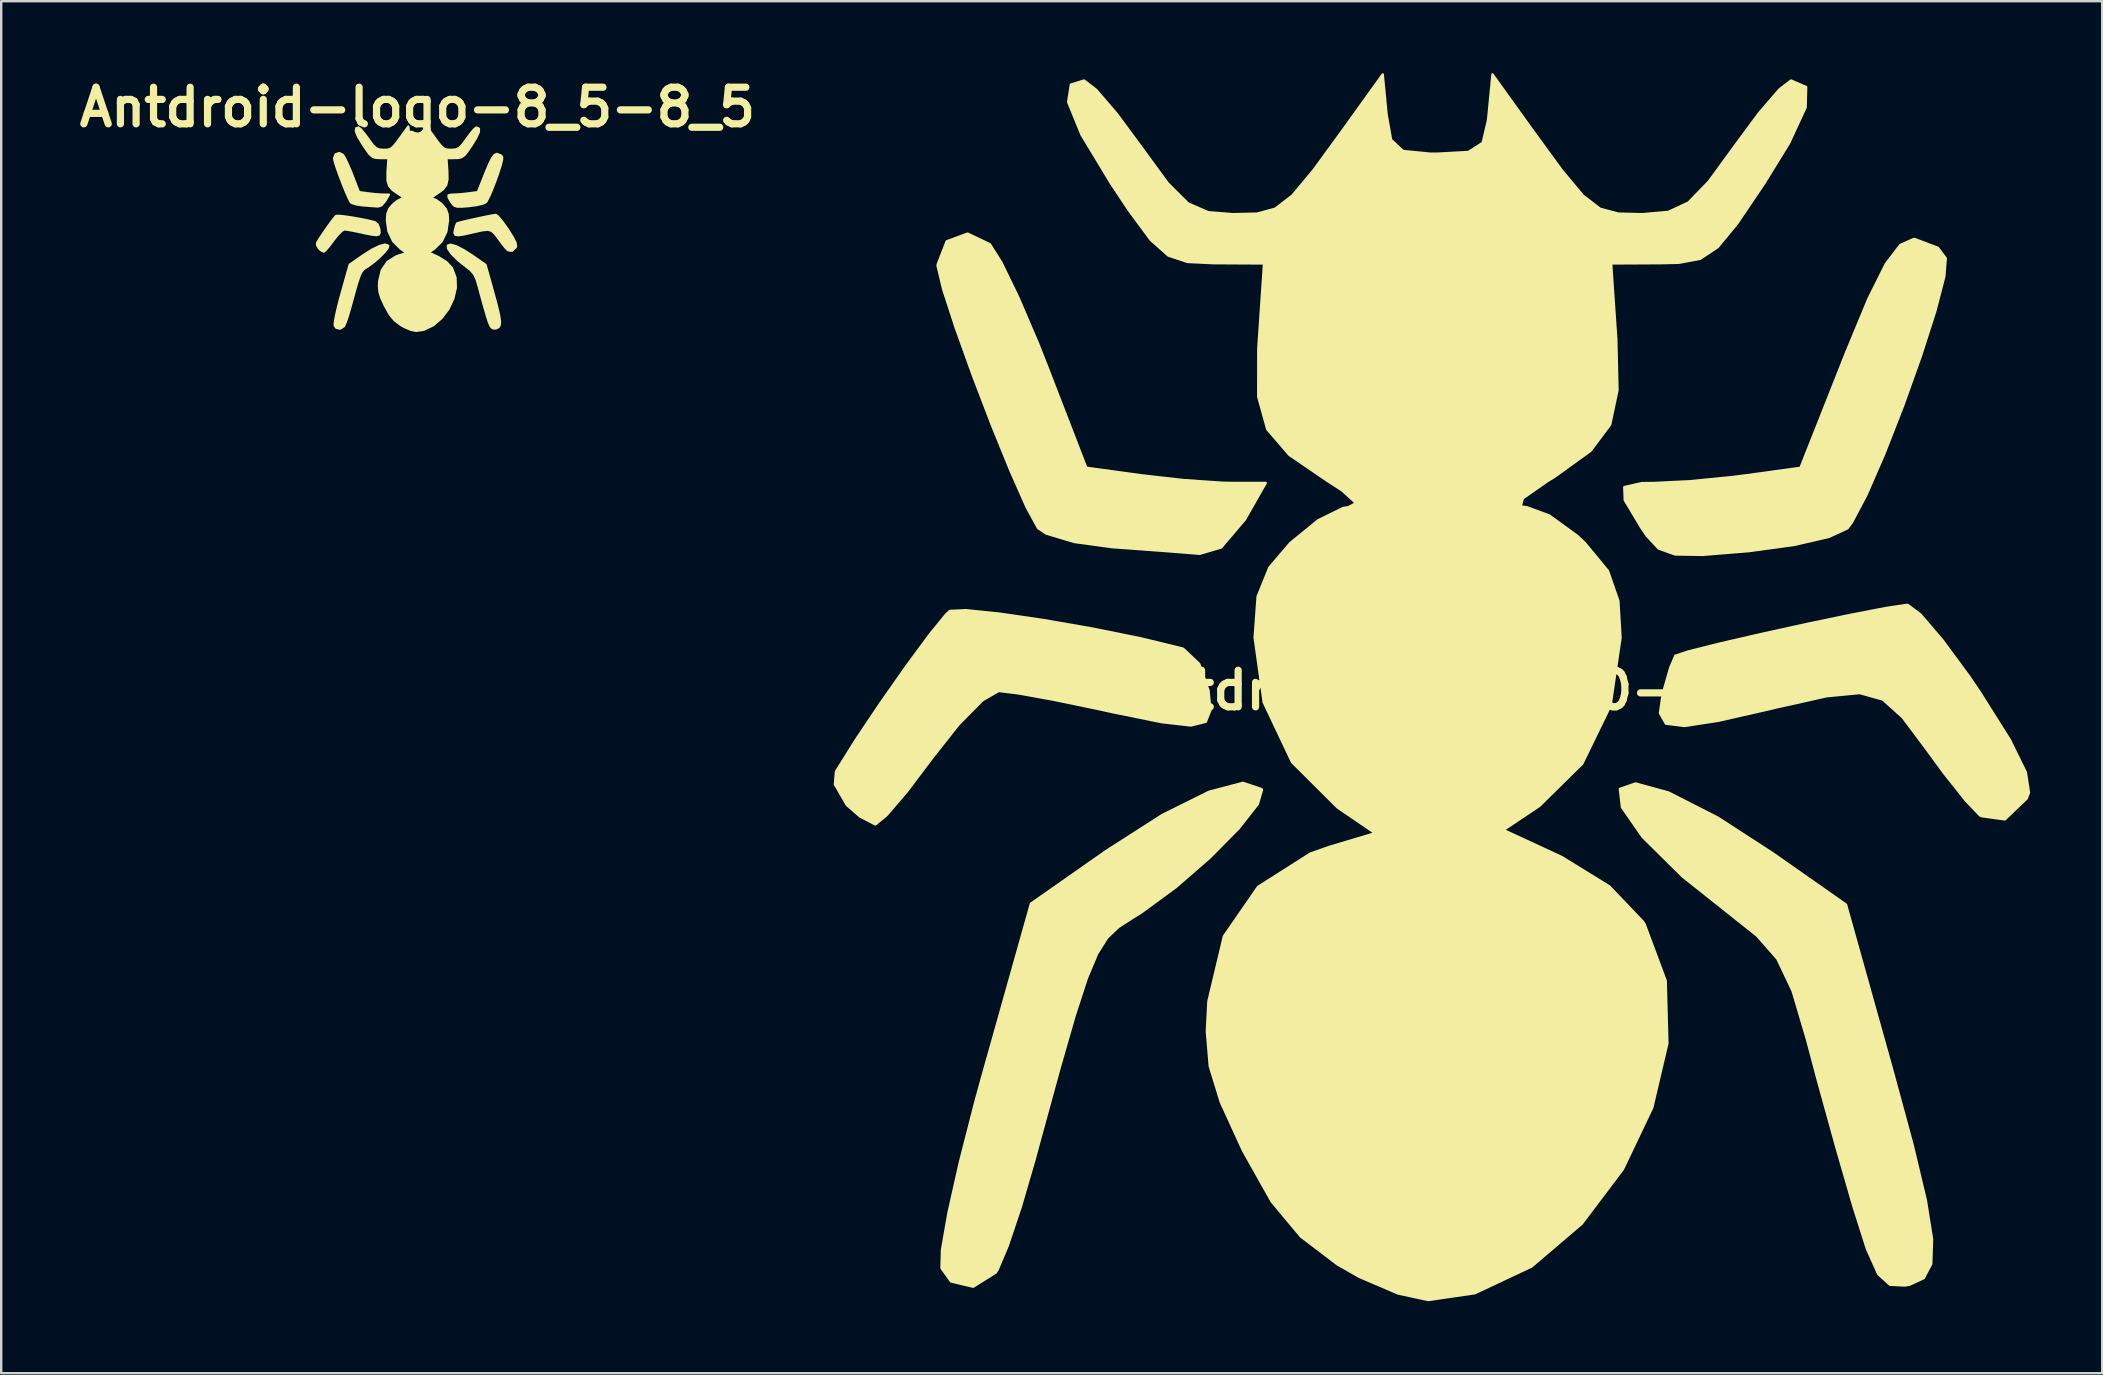
<source format=kicad_pcb>
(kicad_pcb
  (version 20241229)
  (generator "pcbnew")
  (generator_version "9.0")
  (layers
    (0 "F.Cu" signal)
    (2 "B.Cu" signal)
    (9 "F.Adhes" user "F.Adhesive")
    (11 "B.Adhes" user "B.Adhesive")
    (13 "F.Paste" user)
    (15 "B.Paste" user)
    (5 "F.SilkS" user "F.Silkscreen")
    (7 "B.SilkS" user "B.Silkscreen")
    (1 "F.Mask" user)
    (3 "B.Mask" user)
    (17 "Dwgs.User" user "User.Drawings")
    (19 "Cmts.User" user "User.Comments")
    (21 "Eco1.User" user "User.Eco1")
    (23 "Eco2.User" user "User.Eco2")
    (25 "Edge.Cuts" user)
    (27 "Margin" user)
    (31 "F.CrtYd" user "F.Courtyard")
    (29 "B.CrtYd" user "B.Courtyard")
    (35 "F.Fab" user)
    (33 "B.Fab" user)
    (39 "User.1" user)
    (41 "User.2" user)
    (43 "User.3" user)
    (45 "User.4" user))
  (footprint "Antdroid-logo-50-50"
    (layer "F.Cu")
    (at 56.836 25.704)
    (property "Reference" "Antdroid-logo-50-50" (at 0 0 0) (layer "F.SilkS") (effects (font (size 1.524 1.524) (thickness 0.3))))
    (attr through_hole)
    (fp_poly (pts (xy 20.596 22.86) (xy 20.564 23.897) (xy 20.251 24.487) (xy 19.665 24.76) (xy 19.462 24.796) (xy 18.841 24.763) (xy 18.359 24.324) (xy 17.89 23.284) (xy 17.321 21.494) (xy 16.61 19.032) (xy 15.853 16.298) (xy 15.385 14.537) (xy 14.787 12.52) (xy 14.153 11.188) (xy 13.303 10.22) (xy 12.7 9.742) (xy 10.207 7.759) (xy 8.544 6.115) (xy 7.682 4.876) (xy 7.593 4.11) (xy 8.248 3.883) (xy 9.619 4.26) (xy 11.675 5.308) (xy 13.974 6.799) (xy 17.012 8.929) (xy 18.926 15.768) (xy 19.784 18.925) (xy 20.338 21.246) (xy 20.596 22.86)) (stroke (width 0.1) (type solid)) (fill yes) (layer "F.SilkS"))
    (fp_poly (pts (xy -7.159 -8.636) (xy -8.025 -7.115) (xy -9.016 -5.949) (xy -9.906 -5.685) (xy -10.997 -5.773) (xy -12.628 -5.895) (xy -13.548 -5.961) (xy -15.136 -6.178) (xy -16.304 -6.527) (xy -16.643 -6.756) (xy -17.109 -7.605) (xy -17.785 -9.127) (xy -18.572 -11.061) (xy -19.369 -13.143) (xy -20.077 -15.113) (xy -20.596 -16.708) (xy -20.825 -17.666) (xy -20.828 -17.729) (xy -20.45 -18.701) (xy -19.581 -19.023) (xy -18.652 -18.58) (xy -18.171 -17.818) (xy -17.465 -16.362) (xy -16.654 -14.47) (xy -16.303 -13.584) (xy -14.635 -9.269) (xy -12.327 -8.952) (xy -10.555 -8.753) (xy -8.955 -8.644) (xy -8.589 -8.636) (xy -7.159 -8.636)) (stroke (width 0.1) (type solid)) (fill yes) (layer "F.SilkS"))
    (fp_poly (pts (xy -7.316 4.146) (xy -7.489 4.74) (xy -8.277 5.745) (xy -9.48 6.964) (xy -10.898 8.197) (xy -12.332 9.249) (xy -12.727 9.495) (xy -13.297 9.863) (xy -13.763 10.307) (xy -14.182 10.972) (xy -14.614 12.003) (xy -15.117 13.546) (xy -15.751 15.747) (xy -16.574 18.751) (xy -16.793 19.558) (xy -17.365 21.523) (xy -17.908 23.14) (xy -18.326 24.131) (xy -18.407 24.257) (xy -19.346 24.847) (xy -20.268 24.629) (xy -20.666 24.074) (xy -20.645 23.313) (xy -20.376 21.776) (xy -19.899 19.657) (xy -19.258 17.155) (xy -18.96 16.073) (xy -16.94 8.89) (xy -13.81 6.697) (xy -11.459 5.19) (xy -9.521 4.229) (xy -8.109 3.857) (xy -7.334 4.118) (xy -7.316 4.146)) (stroke (width 0.1) (type solid)) (fill yes) (layer "F.SilkS"))
    (fp_poly (pts (xy 21.168 -17.994) (xy 21.108 -17.235) (xy 20.732 -15.792) (xy 20.129 -13.914) (xy 19.39 -11.847) (xy 18.605 -9.84) (xy 17.864 -8.139) (xy 17.257 -6.992) (xy 17.074 -6.746) (xy 16.309 -6.392) (xy 14.842 -6.052) (xy 12.986 -5.799) (xy 12.924 -5.793) (xy 11.042 -5.64) (xy 9.896 -5.657) (xy 9.21 -5.903) (xy 8.709 -6.441) (xy 8.482 -6.776) (xy 7.797 -7.92) (xy 7.778 -8.463) (xy 8.495 -8.627) (xy 9.073 -8.636) (xy 10.508 -8.707) (xy 12.303 -8.884) (xy 12.821 -8.951) (xy 15.116 -9.265) (xy 17.003 -14.031) (xy 17.948 -16.31) (xy 18.675 -17.766) (xy 19.272 -18.546) (xy 19.826 -18.795) (xy 19.874 -18.796) (xy 20.839 -18.432) (xy 21.168 -17.994)) (stroke (width 0.1) (type solid)) (fill yes) (layer "F.SilkS"))
    (fp_poly (pts (xy -9.468 0.838) (xy -9.656 1.312) (xy -10.275 1.467) (xy -11.495 1.328) (xy -13.486 0.923) (xy -14.224 0.762) (xy -16.035 0.387) (xy -17.514 0.122) (xy -18.288 0.029) (xy -18.952 0.413) (xy -19.954 1.425) (xy -21.044 2.805) (xy -22.102 4.209) (xy -22.957 5.209) (xy -23.421 5.588) (xy -24.047 5.267) (xy -24.606 4.785) (xy -25.106 3.919) (xy -25.062 3.388) (xy -24.256 2.096) (xy -23.216 0.545) (xy -22.121 -1.015) (xy -21.148 -2.333) (xy -20.474 -3.16) (xy -20.318 -3.303) (xy -19.652 -3.335) (xy -18.257 -3.193) (xy -16.399 -2.922) (xy -14.342 -2.563) (xy -12.352 -2.16) (xy -10.692 -1.755) (xy -10.596 -1.728) (xy -9.933 -1.101) (xy -9.541 0.017) (xy -9.468 0.838)) (stroke (width 0.1) (type solid)) (fill yes) (layer "F.SilkS"))
    (fp_poly (pts (xy 24.634 4.258) (xy 24.541 4.508) (xy 23.631 5.379) (xy 22.648 5.244) (xy 22.58 5.199) (xy 22.01 4.602) (xy 21.096 3.452) (xy 20.335 2.413) (xy 19.372 1.126) (xy 18.545 0.384) (xy 17.579 0.116) (xy 16.198 0.25) (xy 14.125 0.714) (xy 13.97 0.752) (xy 11.711 1.268) (xy 10.277 1.488) (xy 9.512 1.391) (xy 9.263 0.956) (xy 9.376 0.162) (xy 9.384 0.128) (xy 9.692 -0.94) (xy 9.903 -1.437) (xy 10.448 -1.617) (xy 11.719 -1.937) (xy 13.447 -2.336) (xy 15.361 -2.757) (xy 17.193 -3.139) (xy 18.672 -3.425) (xy 19.529 -3.554) (xy 19.585 -3.556) (xy 20.114 -3.159) (xy 21.021 -2.1) (xy 22.143 -0.576) (xy 22.597 0.093) (xy 23.844 2.075) (xy 24.503 3.417) (xy 24.634 4.258)) (stroke (width 0.1) (type solid)) (fill yes) (layer "F.SilkS"))
    (fp_poly (pts (xy 15.353 -25.129) (xy 15.33 -24.278) (xy 14.64 -22.789) (xy 13.606 -21.113) (xy 12.48 -19.445) (xy 11.667 -18.458) (xy 10.935 -17.972) (xy 10.055 -17.808) (xy 9.329 -17.791) (xy 7.229 -17.78) (xy 7.444 -14.605) (xy 7.493 -12.499) (xy 7.188 -11.064) (xy 6.37 -9.972) (xy 4.879 -8.897) (xy 4.563 -8.702) (xy 3.552 -7.996) (xy 3.459 -7.659) (xy 3.722 -7.622) (xy 4.654 -7.279) (xy 5.822 -6.43) (xy 6.135 -6.135) (xy 7.097 -4.969) (xy 7.53 -3.722) (xy 7.62 -2.19) (xy 7.204 0.637) (xy 6.028 3.057) (xy 4.244 4.815) (xy 2.741 5.821) (xy 5.171 6.947) (xy 7.153 8.17) (xy 8.554 9.639) (xy 8.625 9.751) (xy 9.502 12.101) (xy 9.572 14.709) (xy 8.941 17.388) (xy 7.717 19.954) (xy 6.006 22.222) (xy 3.915 24.004) (xy 1.551 25.117) (xy -0.392 25.4) (xy -1.647 25.129) (xy -3.257 24.439) (xy -4.164 23.922) (xy -5.697 22.756) (xy -6.911 21.3) (xy -8.085 19.213) (xy -8.138 19.107) (xy -9.029 17.16) (xy -9.489 15.666) (xy -9.612 14.211) (xy -9.546 12.955) (xy -8.901 10.248) (xy -7.479 8.19) (xy -5.3 6.804) (xy -4.497 6.521) (xy -2.601 5.954) (xy -4.17 4.882) (xy -6.062 2.997) (xy -7.244 0.502) (xy -7.62 -2.19) (xy -7.497 -3.907) (xy -7.005 -5.116) (xy -6.135 -6.135) (xy -4.977 -7.08) (xy -3.936 -7.592) (xy -3.722 -7.622) (xy -3.396 -7.795) (xy -3.978 -8.326) (xy -4.563 -8.702) (xy -6.178 -9.805) (xy -7.095 -10.872) (xy -7.472 -12.229) (xy -7.469 -14.204) (xy -7.444 -14.605) (xy -7.229 -17.78) (xy -9.329 -17.791) (xy -10.418 -17.843) (xy -11.215 -18.107) (xy -11.951 -18.761) (xy -12.855 -19.984) (xy -13.606 -21.113) (xy -14.837 -23.15) (xy -15.389 -24.503) (xy -15.276 -25.23) (xy -14.724 -25.4) (xy -14.223 -25.013) (xy -13.354 -23.999) (xy -12.341 -22.625) (xy -11.235 -21.115) (xy -10.393 -20.276) (xy -9.55 -19.913) (xy -8.529 -19.831) (xy -7.518 -19.855) (xy -6.762 -20.061) (xy -6.05 -20.609) (xy -5.171 -21.664) (xy -3.928 -23.368) (xy -2.286 -25.654) (xy -2.127 -24.003) (xy -1.939 -22.93) (xy -1.441 -22.464) (xy -0.312 -22.353) (xy 0 -22.352) (xy 1.285 -22.423) (xy 1.878 -22.803) (xy 2.1 -23.741) (xy 2.127 -24.003) (xy 2.286 -25.654) (xy 3.928 -23.368) (xy 5.18 -21.652) (xy 6.057 -20.603) (xy 6.768 -20.058) (xy 7.525 -19.855) (xy 8.529 -19.831) (xy 9.613 -19.927) (xy 10.448 -20.316) (xy 11.299 -21.195) (xy 12.341 -22.625) (xy 13.383 -24.035) (xy 14.243 -25.034) (xy 14.724 -25.4) (xy 15.353 -25.129)) (stroke (width 0.1) (type solid)) (fill yes) (layer "F.SilkS")))
  (footprint "Antdroid-logo-8_5-8_5"
    (layer "F.Cu")
    (at 14.34 6.498)
    (property "Reference" "Antdroid-logo-8_5-8_5" (at 0 -5.08 0) (layer "F.SilkS") (effects (font (size 1.524 1.524) (thickness 0.3))))
    (attr through_hole)
    (fp_poly (pts (xy 3.433 3.81) (xy 3.427 3.983) (xy 3.375 4.081) (xy 3.278 4.127) (xy 3.244 4.133) (xy 3.14 4.127) (xy 3.06 4.054) (xy 2.982 3.881) (xy 2.887 3.582) (xy 2.768 3.172) (xy 2.642 2.716) (xy 2.564 2.423) (xy 2.465 2.087) (xy 2.359 1.865) (xy 2.217 1.703) (xy 2.117 1.624) (xy 1.701 1.293) (xy 1.424 1.019) (xy 1.28 0.813) (xy 1.266 0.685) (xy 1.375 0.647) (xy 1.603 0.71) (xy 1.946 0.885) (xy 2.329 1.133) (xy 2.835 1.488) (xy 3.154 2.628) (xy 3.297 3.154) (xy 3.39 3.541) (xy 3.433 3.81)) (stroke (width 0.1) (type solid)) (fill yes) (layer "F.SilkS"))
    (fp_poly (pts (xy -1.193 -1.439) (xy -1.337 -1.186) (xy -1.503 -0.992) (xy -1.651 -0.948) (xy -1.833 -0.962) (xy -2.105 -0.983) (xy -2.258 -0.994) (xy -2.523 -1.03) (xy -2.717 -1.088) (xy -2.774 -1.126) (xy -2.852 -1.267) (xy -2.964 -1.521) (xy -3.095 -1.843) (xy -3.228 -2.191) (xy -3.346 -2.519) (xy -3.433 -2.785) (xy -3.471 -2.944) (xy -3.471 -2.955) (xy -3.408 -3.117) (xy -3.263 -3.171) (xy -3.109 -3.097) (xy -3.029 -2.97) (xy -2.911 -2.727) (xy -2.776 -2.412) (xy -2.717 -2.264) (xy -2.439 -1.545) (xy -2.054 -1.492) (xy -1.759 -1.459) (xy -1.493 -1.441) (xy -1.431 -1.439) (xy -1.193 -1.439)) (stroke (width 0.1) (type solid)) (fill yes) (layer "F.SilkS"))
    (fp_poly (pts (xy -1.219 0.691) (xy -1.248 0.79) (xy -1.38 0.958) (xy -1.58 1.161) (xy -1.816 1.366) (xy -2.055 1.541) (xy -2.121 1.582) (xy -2.216 1.644) (xy -2.294 1.718) (xy -2.364 1.829) (xy -2.436 2) (xy -2.52 2.258) (xy -2.625 2.625) (xy -2.762 3.125) (xy -2.799 3.26) (xy -2.894 3.587) (xy -2.985 3.857) (xy -3.054 4.022) (xy -3.068 4.043) (xy -3.224 4.141) (xy -3.378 4.105) (xy -3.444 4.012) (xy -3.441 3.886) (xy -3.396 3.629) (xy -3.317 3.276) (xy -3.21 2.859) (xy -3.16 2.679) (xy -2.823 1.482) (xy -2.302 1.116) (xy -1.91 0.865) (xy -1.587 0.705) (xy -1.351 0.643) (xy -1.222 0.686) (xy -1.219 0.691)) (stroke (width 0.1) (type solid)) (fill yes) (layer "F.SilkS"))
    (fp_poly (pts (xy 3.528 -2.999) (xy 3.518 -2.872) (xy 3.455 -2.632) (xy 3.355 -2.319) (xy 3.232 -1.975) (xy 3.101 -1.64) (xy 2.977 -1.356) (xy 2.876 -1.165) (xy 2.846 -1.124) (xy 2.718 -1.065) (xy 2.474 -1.009) (xy 2.164 -0.967) (xy 2.154 -0.966) (xy 1.84 -0.94) (xy 1.649 -0.943) (xy 1.535 -0.984) (xy 1.452 -1.073) (xy 1.414 -1.129) (xy 1.299 -1.32) (xy 1.296 -1.411) (xy 1.416 -1.438) (xy 1.512 -1.439) (xy 1.751 -1.451) (xy 2.05 -1.481) (xy 2.137 -1.492) (xy 2.519 -1.544) (xy 2.834 -2.338) (xy 2.991 -2.718) (xy 3.113 -2.961) (xy 3.212 -3.091) (xy 3.304 -3.132) (xy 3.312 -3.133) (xy 3.473 -3.072) (xy 3.528 -2.999)) (stroke (width 0.1) (type solid)) (fill yes) (layer "F.SilkS"))
    (fp_poly (pts (xy -1.578 0.14) (xy -1.609 0.219) (xy -1.713 0.244) (xy -1.916 0.221) (xy -2.248 0.154) (xy -2.371 0.127) (xy -2.673 0.064) (xy -2.919 0.02) (xy -3.048 0.005) (xy -3.159 0.069) (xy -3.326 0.238) (xy -3.507 0.467) (xy -3.684 0.701) (xy -3.826 0.868) (xy -3.903 0.931) (xy -4.008 0.878) (xy -4.101 0.798) (xy -4.184 0.653) (xy -4.177 0.565) (xy -4.043 0.349) (xy -3.869 0.091) (xy -3.687 -0.169) (xy -3.525 -0.389) (xy -3.412 -0.527) (xy -3.386 -0.551) (xy -3.275 -0.556) (xy -3.043 -0.532) (xy -2.733 -0.487) (xy -2.39 -0.427) (xy -2.059 -0.36) (xy -1.782 -0.292) (xy -1.766 -0.288) (xy -1.655 -0.184) (xy -1.59 0.003) (xy -1.578 0.14)) (stroke (width 0.1) (type solid)) (fill yes) (layer "F.SilkS"))
    (fp_poly (pts (xy 4.106 0.71) (xy 4.09 0.751) (xy 3.938 0.897) (xy 3.775 0.874) (xy 3.763 0.866) (xy 3.668 0.767) (xy 3.516 0.575) (xy 3.389 0.402) (xy 3.229 0.188) (xy 3.091 0.064) (xy 2.93 0.019) (xy 2.7 0.042) (xy 2.354 0.119) (xy 2.328 0.125) (xy 1.952 0.211) (xy 1.713 0.248) (xy 1.585 0.232) (xy 1.544 0.159) (xy 1.563 0.027) (xy 1.564 0.021) (xy 1.615 -0.157) (xy 1.651 -0.239) (xy 1.741 -0.27) (xy 1.953 -0.323) (xy 2.241 -0.389) (xy 2.56 -0.459) (xy 2.866 -0.523) (xy 3.112 -0.571) (xy 3.255 -0.592) (xy 3.264 -0.593) (xy 3.352 -0.526) (xy 3.503 -0.35) (xy 3.69 -0.096) (xy 3.766 0.015) (xy 3.974 0.346) (xy 4.084 0.569) (xy 4.106 0.71)) (stroke (width 0.1) (type solid)) (fill yes) (layer "F.SilkS"))
    (fp_poly (pts (xy 2.559 -4.188) (xy 2.555 -4.046) (xy 2.44 -3.798) (xy 2.268 -3.519) (xy 2.08 -3.241) (xy 1.944 -3.076) (xy 1.823 -2.995) (xy 1.676 -2.968) (xy 1.555 -2.965) (xy 1.205 -2.963) (xy 1.241 -2.434) (xy 1.249 -2.083) (xy 1.198 -1.844) (xy 1.062 -1.662) (xy 0.813 -1.483) (xy 0.761 -1.45) (xy 0.592 -1.333) (xy 0.576 -1.277) (xy 0.62 -1.27) (xy 0.776 -1.213) (xy 0.97 -1.072) (xy 1.023 -1.023) (xy 1.183 -0.828) (xy 1.255 -0.62) (xy 1.27 -0.365) (xy 1.201 0.106) (xy 1.005 0.51) (xy 0.707 0.803) (xy 0.457 0.97) (xy 0.862 1.158) (xy 1.192 1.362) (xy 1.426 1.607) (xy 1.437 1.625) (xy 1.584 2.017) (xy 1.595 2.451) (xy 1.49 2.898) (xy 1.286 3.326) (xy 1.001 3.704) (xy 0.652 4.001) (xy 0.259 4.186) (xy -0.065 4.233) (xy -0.275 4.188) (xy -0.543 4.073) (xy -0.694 3.987) (xy -0.95 3.793) (xy -1.152 3.55) (xy -1.348 3.202) (xy -1.356 3.185) (xy -1.505 2.86) (xy -1.581 2.611) (xy -1.602 2.368) (xy -1.591 2.159) (xy -1.483 1.708) (xy -1.247 1.365) (xy -0.883 1.134) (xy -0.749 1.087) (xy -0.434 0.992) (xy -0.695 0.814) (xy -1.01 0.5) (xy -1.207 0.084) (xy -1.27 -0.365) (xy -1.25 -0.651) (xy -1.168 -0.853) (xy -1.023 -1.023) (xy -0.83 -1.18) (xy -0.656 -1.265) (xy -0.62 -1.27) (xy -0.566 -1.299) (xy -0.663 -1.388) (xy -0.761 -1.45) (xy -1.03 -1.634) (xy -1.182 -1.812) (xy -1.245 -2.038) (xy -1.245 -2.367) (xy -1.241 -2.434) (xy -1.205 -2.963) (xy -1.555 -2.965) (xy -1.736 -2.974) (xy -1.869 -3.018) (xy -1.992 -3.127) (xy -2.142 -3.331) (xy -2.268 -3.519) (xy -2.473 -3.858) (xy -2.565 -4.084) (xy -2.546 -4.205) (xy -2.454 -4.233) (xy -2.37 -4.169) (xy -2.226 -4) (xy -2.057 -3.771) (xy -1.872 -3.519) (xy -1.732 -3.379) (xy -1.592 -3.319) (xy -1.422 -3.305) (xy -1.253 -3.309) (xy -1.127 -3.343) (xy -1.008 -3.435) (xy -0.862 -3.611) (xy -0.655 -3.895) (xy -0.381 -4.276) (xy -0.354 -4) (xy -0.323 -3.822) (xy -0.24 -3.744) (xy -0.052 -3.726) (xy 0 -3.725) (xy 0.214 -3.737) (xy 0.313 -3.8) (xy 0.35 -3.957) (xy 0.354 -4) (xy 0.381 -4.276) (xy 0.655 -3.895) (xy 0.863 -3.609) (xy 1.009 -3.434) (xy 1.128 -3.343) (xy 1.254 -3.309) (xy 1.422 -3.305) (xy 1.602 -3.321) (xy 1.741 -3.386) (xy 1.883 -3.532) (xy 2.057 -3.771) (xy 2.231 -4.006) (xy 2.374 -4.172) (xy 2.454 -4.233) (xy 2.559 -4.188)) (stroke (width 0.1) (type solid)) (fill yes) (layer "F.SilkS")))
  (gr_rect
    (start -3 -3)
    (end 84.521 54.154)
    (stroke (width 0.1) (type default))
    (fill no)
    (layer "Edge.Cuts")))
</source>
